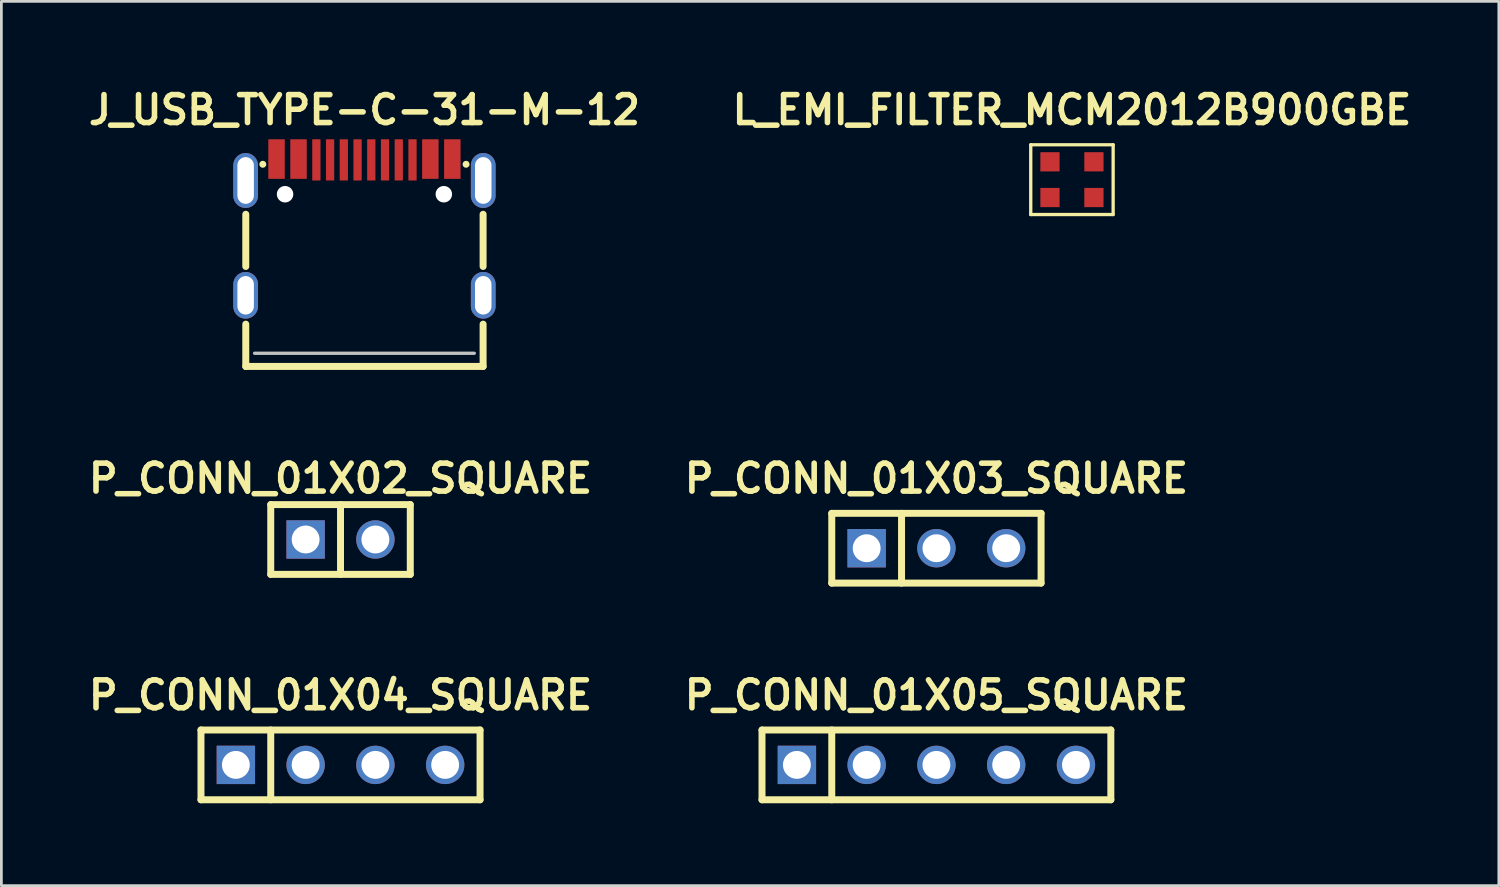
<source format=kicad_pcb>
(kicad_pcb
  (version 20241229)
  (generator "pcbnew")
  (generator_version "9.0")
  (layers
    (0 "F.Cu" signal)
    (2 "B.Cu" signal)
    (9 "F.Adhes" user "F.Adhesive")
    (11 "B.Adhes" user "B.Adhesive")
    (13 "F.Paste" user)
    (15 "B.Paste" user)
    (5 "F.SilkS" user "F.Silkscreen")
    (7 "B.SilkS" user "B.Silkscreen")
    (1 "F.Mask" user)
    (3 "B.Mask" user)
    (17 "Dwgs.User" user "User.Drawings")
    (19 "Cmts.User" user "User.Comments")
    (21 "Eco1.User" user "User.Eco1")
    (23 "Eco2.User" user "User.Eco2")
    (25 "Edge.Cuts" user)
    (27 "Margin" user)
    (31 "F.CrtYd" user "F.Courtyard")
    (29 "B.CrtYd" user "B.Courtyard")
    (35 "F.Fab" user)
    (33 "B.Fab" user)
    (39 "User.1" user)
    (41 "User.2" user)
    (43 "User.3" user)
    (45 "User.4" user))
  (footprint "P_CONN_01X03_SQUARE"
    (layer "F.Cu")
    (at 31.042 16.909)
    (property "Reference" "P_CONN_01X03_SQUARE" (at 0 -2.54 0) (layer "F.SilkS") (effects (font (size 1.016 1.016) (thickness 0.203))))
    (property "Value" "${VALUE}" (at 0 2.54 0) (layer "F.SilkS") (hide yes) (effects (font (size 1.016 0.914) (thickness 0.203) (italic yes))))
    (attr through_hole)
    (fp_line (start -3.81 -1.27) (end 3.81 -1.27) (stroke (width 0.254) (type solid)) (layer "F.SilkS"))
    (fp_line (start -3.81 1.27) (end -3.81 -1.27) (stroke (width 0.254) (type solid)) (layer "F.SilkS"))
    (fp_line (start -1.27 1.27) (end -1.27 -1.27) (stroke (width 0.254) (type solid)) (layer "F.SilkS"))
    (fp_line (start 3.81 -1.27) (end 3.81 1.27) (stroke (width 0.254) (type solid)) (layer "F.SilkS"))
    (fp_line (start 3.81 1.27) (end -3.81 1.27) (stroke (width 0.254) (type solid)) (layer "F.SilkS"))
    (pad "1" thru_hole rect (at -2.54 0) (size 1.397 1.397) (drill 1.016) (layers "*.Cu" "*.Mask"))
    (pad "2" thru_hole circle (at 0 0) (size 1.397 1.397) (drill 1.016) (layers "*.Cu" "*.Mask"))
    (pad "3" thru_hole circle (at 2.54 0) (size 1.397 1.397) (drill 1.016) (layers "*.Cu" "*.Mask")))
  (footprint "J_USB_TYPE-C-31-M-12"
    (layer "F.Cu")
    (at 10.218 2.951)
    (property "Reference" "J_USB_TYPE-C-31-M-12" (at 0 -2 0) (unlocked yes) (layer "F.SilkS") (effects (font (size 1.016 1.016) (thickness 0.203))))
    (fp_line (start -4.32 3.7) (end -4.32 1.8) (stroke (width 0.254) (type solid)) (layer "F.SilkS"))
    (fp_line (start -4.32 7.34) (end -4.32 5.8) (stroke (width 0.254) (type solid)) (layer "F.SilkS"))
    (fp_line (start -4.32 7.34) (end 4.32 7.34) (stroke (width 0.254) (type solid)) (layer "F.SilkS"))
    (fp_line (start -3.7 -0.02) (end -3.7 -0.02) (stroke (width 0.254) (type solid)) (layer "F.SilkS"))
    (fp_line (start 3.7 -0.02) (end 3.7 -0.02) (stroke (width 0.254) (type solid)) (layer "F.SilkS"))
    (fp_line (start 4.32 3.7) (end 4.32 1.8) (stroke (width 0.254) (type solid)) (layer "F.SilkS"))
    (fp_line (start 4.32 7.34) (end 4.32 5.8) (stroke (width 0.254) (type solid)) (layer "F.SilkS"))
    (fp_line (start -4 6.86) (end 4 6.86) (stroke (width 0.12) (type solid)) (layer "Dwgs.User"))
    (pad "" np_thru_hole circle (at -2.89 1.07) (size 0.6 0.6) (drill 0.6) (layers "*.Cu" "*.Mask"))
    (pad "" np_thru_hole circle (at 2.89 1.07) (size 0.6 0.6) (drill 0.6) (layers "*.Cu" "*.Mask"))
    (pad "A1/B12" smd rect (at -3.2 -0.21) (size 0.6 1.44) (layers "F.Cu" "F.Mask" "F.Paste"))
    (pad "A4/B9" smd rect (at -2.4 -0.21) (size 0.6 1.44) (layers "F.Cu" "F.Mask" "F.Paste"))
    (pad "A5" smd rect (at -1.25 -0.18) (size 0.3 1.5) (layers "F.Cu" "F.Mask" "F.Paste"))
    (pad "A6" smd rect (at -0.25 -0.18) (size 0.3 1.5) (layers "F.Cu" "F.Mask" "F.Paste"))
    (pad "A7" smd rect (at 0.25 -0.18) (size 0.3 1.5) (layers "F.Cu" "F.Mask" "F.Paste"))
    (pad "A8" smd rect (at 1.25 -0.18) (size 0.3 1.5) (layers "F.Cu" "F.Mask" "F.Paste"))
    (pad "A9/B4" smd rect (at 2.4 -0.21) (size 0.6 1.44) (layers "F.Cu" "F.Mask" "F.Paste"))
    (pad "A12/B1" smd rect (at 3.2 -0.21) (size 0.6 1.44) (layers "F.Cu" "F.Mask" "F.Paste"))
    (pad "B5" smd rect (at 1.75 -0.18) (size 0.3 1.5) (layers "F.Cu" "F.Mask" "F.Paste"))
    (pad "B6" smd rect (at 0.75 -0.18) (size 0.3 1.5) (layers "F.Cu" "F.Mask" "F.Paste"))
    (pad "B7" smd rect (at -0.75 -0.18) (size 0.3 1.5) (layers "F.Cu" "F.Mask" "F.Paste"))
    (pad "B8" smd rect (at -1.75 -0.18) (size 0.3 1.5) (layers "F.Cu" "F.Mask" "F.Paste"))
    (pad "S" thru_hole oval (at -4.325 0.57) (size 0.9 2) (drill oval 0.6 1.7) (layers "*.Cu" "*.Mask"))
    (pad "S" thru_hole oval (at -4.325 4.75) (size 0.9 1.7) (drill oval 0.6 1.4) (layers "*.Cu" "*.Mask"))
    (pad "S" thru_hole oval (at 4.325 0.57) (size 0.9 2) (drill oval 0.6 1.7) (layers "*.Cu" "*.Mask"))
    (pad "S" thru_hole oval (at 4.325 4.75) (size 0.9 1.7) (drill oval 0.6 1.4) (layers "*.Cu" "*.Mask")))
  (footprint "P_CONN_01X04_SQUARE"
    (layer "F.Cu")
    (at 9.347 24.797)
    (property "Reference" "P_CONN_01X04_SQUARE" (at 0 -2.54 180) (layer "F.SilkS") (effects (font (size 1.016 1.016) (thickness 0.203))))
    (property "Value" "${VALUE}" (at 0 2.54 0) (layer "F.SilkS") (hide yes) (effects (font (size 1.016 0.914) (thickness 0.203) (italic yes))))
    (attr through_hole)
    (fp_line (start -5.08 -1.27) (end 5.08 -1.27) (stroke (width 0.254) (type solid)) (layer "F.SilkS"))
    (fp_line (start -5.08 1.27) (end -5.08 -1.27) (stroke (width 0.254) (type solid)) (layer "F.SilkS"))
    (fp_line (start -2.54 -1.27) (end -2.54 1.27) (stroke (width 0.254) (type solid)) (layer "F.SilkS"))
    (fp_line (start 5.08 -1.27) (end 5.08 1.27) (stroke (width 0.254) (type solid)) (layer "F.SilkS"))
    (fp_line (start 5.08 1.27) (end -5.08 1.27) (stroke (width 0.254) (type solid)) (layer "F.SilkS"))
    (pad "1" thru_hole rect (at -3.81 0) (size 1.397 1.397) (drill 1.016) (layers "*.Cu" "*.Mask"))
    (pad "2" thru_hole circle (at -1.27 0) (size 1.397 1.397) (drill 1.016) (layers "*.Cu" "*.Mask"))
    (pad "3" thru_hole circle (at 1.27 0) (size 1.397 1.397) (drill 1.016) (layers "*.Cu" "*.Mask"))
    (pad "4" thru_hole circle (at 3.81 0) (size 1.397 1.397) (drill 1.016) (layers "*.Cu" "*.Mask")))
  (footprint "P_CONN_01X02_SQUARE"
    (layer "F.Cu")
    (at 9.347 16.591)
    (property "Reference" "P_CONN_01X02_SQUARE" (at 0 -2.223 0) (layer "F.SilkS") (effects (font (size 1.016 1.016) (thickness 0.203))))
    (property "Value" "${VALUE}" (at 0 2.54 0) (layer "F.SilkS") (hide yes) (effects (font (size 1.016 0.914) (thickness 0.203) (italic yes))))
    (attr through_hole)
    (fp_line (start -2.54 -1.27) (end 2.54 -1.27) (stroke (width 0.254) (type solid)) (layer "F.SilkS"))
    (fp_line (start -2.54 1.27) (end -2.54 -1.27) (stroke (width 0.254) (type solid)) (layer "F.SilkS"))
    (fp_line (start 0 1.27) (end 0 -1.27) (stroke (width 0.254) (type solid)) (layer "F.SilkS"))
    (fp_line (start 2.54 -1.27) (end 2.54 1.27) (stroke (width 0.254) (type solid)) (layer "F.SilkS"))
    (fp_line (start 2.54 1.27) (end -2.54 1.27) (stroke (width 0.254) (type solid)) (layer "F.SilkS"))
    (pad "1" thru_hole rect (at -1.27 0) (size 1.397 1.397) (drill 1.016) (layers "*.Cu" "*.Mask"))
    (pad "2" thru_hole circle (at 1.27 0) (size 1.397 1.397) (drill 1.016) (layers "*.Cu" "*.Mask")))
  (footprint "L_EMI_FILTER_MCM2012B900GBE"
    (layer "F.Cu")
    (at 35.976 3.491)
    (property "Reference" "L_EMI_FILTER_MCM2012B900GBE" (at 0 -2.54 0) (layer "F.SilkS") (effects (font (size 1.016 1.016) (thickness 0.203))))
    (property "Value" "${VALUE}" (at 0 2.54 0) (layer "F.SilkS") (hide yes) (effects (font (size 1.016 0.914) (thickness 0.203) (italic yes))))
    (attr smd)
    (fp_line (start -1.5 -1.27) (end -1.5 1.27) (stroke (width 0.12) (type solid)) (layer "F.SilkS"))
    (fp_line (start -1.5 -1.27) (end 1.5 -1.27) (stroke (width 0.12) (type solid)) (layer "F.SilkS"))
    (fp_line (start -1.5 1.27) (end 1.5 1.27) (stroke (width 0.12) (type solid)) (layer "F.SilkS"))
    (fp_line (start 1.5 -1.27) (end 1.5 1.27) (stroke (width 0.12) (type solid)) (layer "F.SilkS"))
    (pad "1" smd rect (at -0.8 -0.65) (size 0.7 0.7) (layers "F.Cu" "F.Mask" "F.Paste"))
    (pad "2" smd rect (at 0.8 -0.65) (size 0.7 0.7) (layers "F.Cu" "F.Mask" "F.Paste"))
    (pad "3" smd rect (at 0.8 0.65) (size 0.7 0.7) (layers "F.Cu" "F.Mask" "F.Paste"))
    (pad "4" smd rect (at -0.8 0.65) (size 0.7 0.7) (layers "F.Cu" "F.Mask" "F.Paste")))
  (footprint "P_CONN_01X05_SQUARE"
    (layer "F.Cu")
    (at 31.042 24.797)
    (property "Reference" "P_CONN_01X05_SQUARE" (at 0 -2.54 180) (layer "F.SilkS") (effects (font (size 1.016 1.016) (thickness 0.203))))
    (property "Value" "${VALUE}" (at 0 2.54 0) (layer "F.SilkS") (hide yes) (effects (font (size 1.016 0.914) (thickness 0.203) (italic yes))))
    (attr through_hole)
    (fp_line (start -6.35 -1.27) (end 6.35 -1.27) (stroke (width 0.254) (type solid)) (layer "F.SilkS"))
    (fp_line (start -6.35 1.27) (end -6.35 -1.27) (stroke (width 0.254) (type solid)) (layer "F.SilkS"))
    (fp_line (start -3.81 -1.27) (end -3.81 1.27) (stroke (width 0.254) (type solid)) (layer "F.SilkS"))
    (fp_line (start 6.35 -1.27) (end 6.35 1.27) (stroke (width 0.254) (type solid)) (layer "F.SilkS"))
    (fp_line (start 6.35 1.27) (end -6.35 1.27) (stroke (width 0.254) (type solid)) (layer "F.SilkS"))
    (pad "1" thru_hole rect (at -5.08 0) (size 1.397 1.397) (drill 1.016) (layers "*.Cu" "*.Mask"))
    (pad "2" thru_hole circle (at -2.54 0) (size 1.397 1.397) (drill 1.016) (layers "*.Cu" "*.Mask"))
    (pad "3" thru_hole circle (at 0 0) (size 1.397 1.397) (drill 1.016) (layers "*.Cu" "*.Mask"))
    (pad "4" thru_hole circle (at 2.54 0) (size 1.397 1.397) (drill 1.016) (layers "*.Cu" "*.Mask"))
    (pad "5" thru_hole circle (at 5.08 0) (size 1.397 1.397) (drill 1.016) (layers "*.Cu" "*.Mask")))
  (gr_rect
    (start -3 -3)
    (end 51.517 29.194)
    (stroke (width 0.1) (type default))
    (fill no)
    (layer "Edge.Cuts")))
</source>
